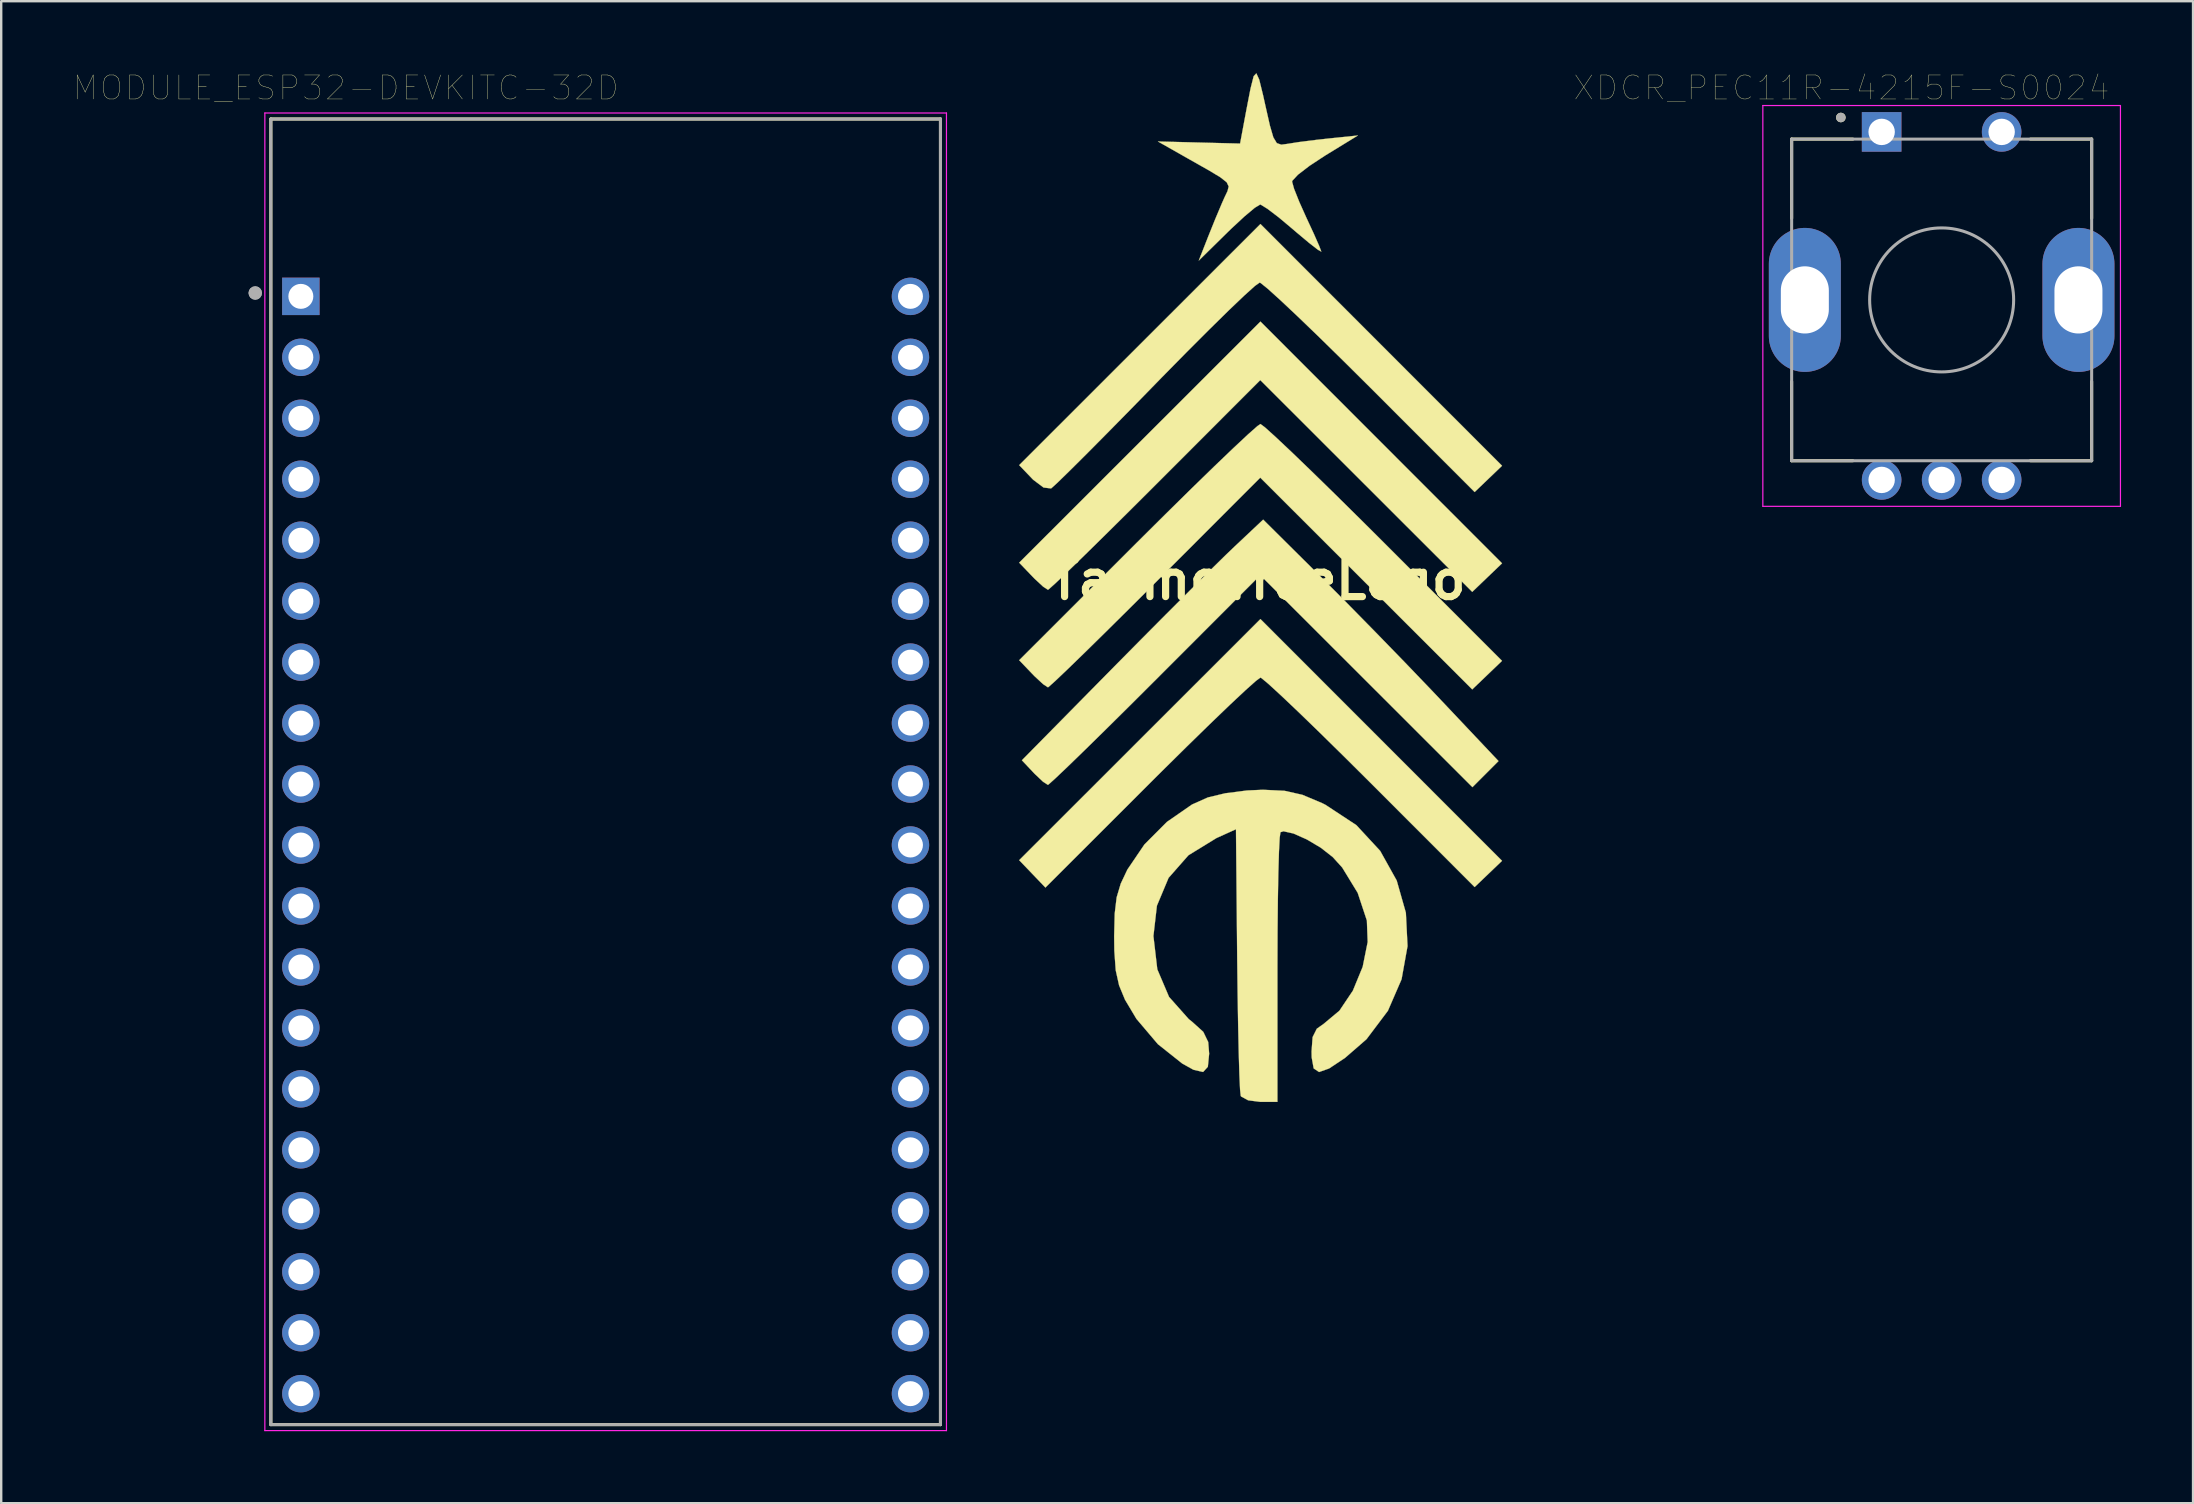
<source format=kicad_pcb>
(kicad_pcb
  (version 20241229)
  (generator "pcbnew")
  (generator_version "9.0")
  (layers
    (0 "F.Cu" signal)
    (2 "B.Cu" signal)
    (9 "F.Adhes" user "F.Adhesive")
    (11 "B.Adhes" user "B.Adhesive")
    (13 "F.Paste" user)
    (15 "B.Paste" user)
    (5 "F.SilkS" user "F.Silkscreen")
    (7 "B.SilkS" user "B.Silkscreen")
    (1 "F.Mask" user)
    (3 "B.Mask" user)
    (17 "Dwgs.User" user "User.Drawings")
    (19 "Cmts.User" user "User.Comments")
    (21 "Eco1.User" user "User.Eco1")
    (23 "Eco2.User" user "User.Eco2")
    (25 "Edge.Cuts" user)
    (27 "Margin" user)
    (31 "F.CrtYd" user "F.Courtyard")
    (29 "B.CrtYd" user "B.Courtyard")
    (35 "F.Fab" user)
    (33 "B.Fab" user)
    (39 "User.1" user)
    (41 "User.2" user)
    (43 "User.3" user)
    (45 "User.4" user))
  (footprint "MODULE_ESP32-DEVKITC-32D"
    (layer "F.Cu")
    (at 22.185 29.058)
    (property "Reference" "MODULE_ESP32-DEVKITC-32D" (at -10.829 -28.446 0) (layer "F.SilkS") (effects (font (size 1 1) (thickness 0.015))))
    (attr through_hole)
    (fp_line (start -13.95 -27.15) (end 13.95 -27.15) (stroke (width 0.127) (type solid)) (layer "F.SilkS"))
    (fp_line (start -13.95 27.25) (end -13.95 -27.15) (stroke (width 0.127) (type solid)) (layer "F.SilkS"))
    (fp_line (start 13.95 -27.15) (end 13.95 27.25) (stroke (width 0.127) (type solid)) (layer "F.SilkS"))
    (fp_line (start 13.95 27.25) (end -13.95 27.25) (stroke (width 0.127) (type solid)) (layer "F.SilkS"))
    (fp_line (start -14.2 -27.4) (end 14.2 -27.4) (stroke (width 0.05) (type solid)) (layer "F.CrtYd"))
    (fp_line (start -14.2 27.5) (end -14.2 -27.4) (stroke (width 0.05) (type solid)) (layer "F.CrtYd"))
    (fp_line (start 14.2 -27.4) (end 14.2 27.5) (stroke (width 0.05) (type solid)) (layer "F.CrtYd"))
    (fp_line (start 14.2 27.5) (end -14.2 27.5) (stroke (width 0.05) (type solid)) (layer "F.CrtYd"))
    (fp_line (start -13.95 -27.15) (end 13.95 -27.15) (stroke (width 0.127) (type solid)) (layer "F.Fab"))
    (fp_line (start -13.95 27.25) (end -13.95 -27.15) (stroke (width 0.127) (type solid)) (layer "F.Fab"))
    (fp_line (start 13.95 -27.15) (end 13.95 27.25) (stroke (width 0.127) (type solid)) (layer "F.Fab"))
    (fp_line (start 13.95 27.25) (end -13.95 27.25) (stroke (width 0.127) (type solid)) (layer "F.Fab"))
    (fp_circle (center -14.6 -19.9) (end -14.46 -19.9) (stroke (width 0.28) (type solid)) (fill no) (layer "F.Fab"))
    (fp_circle (center -14.6 -19.9) (end -14.46 -19.9) (stroke (width 0.28) (type solid)) (fill no) (layer "F.Fab"))
    (pad "1" thru_hole rect (at -12.7 -19.76) (size 1.56 1.56) (drill 1.04) (layers "*.Cu" "*.Mask"))
    (pad "2" thru_hole circle (at -12.7 -17.22) (size 1.56 1.56) (drill 1.04) (layers "*.Cu" "*.Mask"))
    (pad "3" thru_hole circle (at -12.7 -14.68) (size 1.56 1.56) (drill 1.04) (layers "*.Cu" "*.Mask"))
    (pad "4" thru_hole circle (at -12.7 -12.14) (size 1.56 1.56) (drill 1.04) (layers "*.Cu" "*.Mask"))
    (pad "5" thru_hole circle (at -12.7 -9.6) (size 1.56 1.56) (drill 1.04) (layers "*.Cu" "*.Mask"))
    (pad "6" thru_hole circle (at -12.7 -7.06) (size 1.56 1.56) (drill 1.04) (layers "*.Cu" "*.Mask"))
    (pad "7" thru_hole circle (at -12.7 -4.52) (size 1.56 1.56) (drill 1.04) (layers "*.Cu" "*.Mask"))
    (pad "8" thru_hole circle (at -12.7 -1.98) (size 1.56 1.56) (drill 1.04) (layers "*.Cu" "*.Mask"))
    (pad "9" thru_hole circle (at -12.7 0.56) (size 1.56 1.56) (drill 1.04) (layers "*.Cu" "*.Mask"))
    (pad "10" thru_hole circle (at -12.7 3.1) (size 1.56 1.56) (drill 1.04) (layers "*.Cu" "*.Mask"))
    (pad "11" thru_hole circle (at -12.7 5.64) (size 1.56 1.56) (drill 1.04) (layers "*.Cu" "*.Mask"))
    (pad "12" thru_hole circle (at -12.7 8.18) (size 1.56 1.56) (drill 1.04) (layers "*.Cu" "*.Mask"))
    (pad "13" thru_hole circle (at -12.7 10.72) (size 1.56 1.56) (drill 1.04) (layers "*.Cu" "*.Mask"))
    (pad "14" thru_hole circle (at -12.7 13.26) (size 1.56 1.56) (drill 1.04) (layers "*.Cu" "*.Mask"))
    (pad "15" thru_hole circle (at -12.7 15.8) (size 1.56 1.56) (drill 1.04) (layers "*.Cu" "*.Mask"))
    (pad "16" thru_hole circle (at -12.7 18.34) (size 1.56 1.56) (drill 1.04) (layers "*.Cu" "*.Mask"))
    (pad "17" thru_hole circle (at -12.7 20.88) (size 1.56 1.56) (drill 1.04) (layers "*.Cu" "*.Mask"))
    (pad "18" thru_hole circle (at -12.7 23.42) (size 1.56 1.56) (drill 1.04) (layers "*.Cu" "*.Mask"))
    (pad "19" thru_hole circle (at -12.7 25.96) (size 1.56 1.56) (drill 1.04) (layers "*.Cu" "*.Mask"))
    (pad "20" thru_hole circle (at 12.7 -19.76) (size 1.56 1.56) (drill 1.04) (layers "*.Cu" "*.Mask"))
    (pad "21" thru_hole circle (at 12.7 -17.22) (size 1.56 1.56) (drill 1.04) (layers "*.Cu" "*.Mask"))
    (pad "22" thru_hole circle (at 12.7 -14.68) (size 1.56 1.56) (drill 1.04) (layers "*.Cu" "*.Mask"))
    (pad "23" thru_hole circle (at 12.7 -12.14) (size 1.56 1.56) (drill 1.04) (layers "*.Cu" "*.Mask"))
    (pad "24" thru_hole circle (at 12.7 -9.6) (size 1.56 1.56) (drill 1.04) (layers "*.Cu" "*.Mask"))
    (pad "25" thru_hole circle (at 12.7 -7.06) (size 1.56 1.56) (drill 1.04) (layers "*.Cu" "*.Mask"))
    (pad "26" thru_hole circle (at 12.7 -4.52) (size 1.56 1.56) (drill 1.04) (layers "*.Cu" "*.Mask"))
    (pad "27" thru_hole circle (at 12.7 -1.98) (size 1.56 1.56) (drill 1.04) (layers "*.Cu" "*.Mask"))
    (pad "28" thru_hole circle (at 12.7 0.56) (size 1.56 1.56) (drill 1.04) (layers "*.Cu" "*.Mask"))
    (pad "29" thru_hole circle (at 12.7 3.1) (size 1.56 1.56) (drill 1.04) (layers "*.Cu" "*.Mask"))
    (pad "30" thru_hole circle (at 12.7 5.64) (size 1.56 1.56) (drill 1.04) (layers "*.Cu" "*.Mask"))
    (pad "31" thru_hole circle (at 12.7 8.18) (size 1.56 1.56) (drill 1.04) (layers "*.Cu" "*.Mask"))
    (pad "32" thru_hole circle (at 12.7 10.72) (size 1.56 1.56) (drill 1.04) (layers "*.Cu" "*.Mask"))
    (pad "33" thru_hole circle (at 12.7 13.26) (size 1.56 1.56) (drill 1.04) (layers "*.Cu" "*.Mask"))
    (pad "34" thru_hole circle (at 12.7 15.8) (size 1.56 1.56) (drill 1.04) (layers "*.Cu" "*.Mask"))
    (pad "35" thru_hole circle (at 12.7 18.34) (size 1.56 1.56) (drill 1.04) (layers "*.Cu" "*.Mask"))
    (pad "36" thru_hole circle (at 12.7 20.88) (size 1.56 1.56) (drill 1.04) (layers "*.Cu" "*.Mask"))
    (pad "37" thru_hole circle (at 12.7 23.42) (size 1.56 1.56) (drill 1.04) (layers "*.Cu" "*.Mask"))
    (pad "38" thru_hole circle (at 12.7 25.96) (size 1.56 1.56) (drill 1.04) (layers "*.Cu" "*.Mask")))
  (footprint "TasmoTreeLogo"
    (layer "F.Cu")
    (at 49.362 21.118)
    (property "Reference" "TasmoTreeLogo" (at 0 0 0) (layer "F.SilkS") (effects (font (size 1.524 1.524) (thickness 0.3))))
    (attr through_hole)
    (fp_poly (pts (xy 10.172 -0.697) (xy 9.551 -0.102) (xy 8.93 0.493) (xy 4.514 -3.919) (xy 0.098 -8.331) (xy -4.267 -3.962) (xy -5.359 -2.873) (xy -6.359 -1.883) (xy -7.23 -1.027) (xy -7.937 -0.341) (xy -8.444 0.141) (xy -8.715 0.384) (xy -8.749 0.406) (xy -8.95 0.274) (xy -9.306 -0.056) (xy -9.406 -0.159) (xy -9.947 -0.724) (xy -4.921 -5.747) (xy 0.105 -10.77) (xy 10.172 -0.697)) (stroke (width 0.01) (type solid)) (fill yes) (layer "F.SilkS"))
    (fp_poly (pts (xy 10.172 11.699) (xy 9.03 12.792) (xy 4.669 8.428) (xy 3.574 7.339) (xy 2.566 6.348) (xy 1.683 5.493) (xy 0.96 4.807) (xy 0.436 4.326) (xy 0.146 4.085) (xy 0.105 4.064) (xy -0.084 4.203) (xy -0.523 4.595) (xy -1.174 5.205) (xy -2 5.999) (xy -2.966 6.942) (xy -4.034 7.997) (xy -4.476 8.438) (xy -8.854 12.813) (xy -9.401 12.242) (xy -9.947 11.672) (xy -4.921 6.649) (xy 0.105 1.626) (xy 10.172 11.699)) (stroke (width 0.01) (type solid)) (fill yes) (layer "F.SilkS"))
    (fp_poly (pts (xy 2.664 -0.091) (xy 3.714 0.963) (xy 4.912 2.183) (xy 6.133 3.44) (xy 7.249 4.604) (xy 7.567 4.939) (xy 10.025 7.542) (xy 8.938 8.63) (xy 4.518 4.213) (xy 0.098 -0.203) (xy -4.267 4.166) (xy -5.359 5.255) (xy -6.359 6.245) (xy -7.231 7.101) (xy -7.938 7.787) (xy -8.446 8.269) (xy -8.717 8.512) (xy -8.751 8.534) (xy -8.956 8.401) (xy -9.302 8.074) (xy -9.352 8.021) (xy -9.834 7.509) (xy -5.984 3.602) (xy -4.891 2.497) (xy -3.827 1.426) (xy -2.843 0.442) (xy -1.993 -0.403) (xy -1.33 -1.054) (xy -0.957 -1.411) (xy 0.219 -2.518) (xy 2.664 -0.091)) (stroke (width 0.01) (type solid)) (fill yes) (layer "F.SilkS"))
    (fp_poly (pts (xy 10.172 -4.761) (xy 9.03 -3.667) (xy 4.669 -8.031) (xy 3.572 -9.121) (xy 2.561 -10.112) (xy 1.673 -10.968) (xy 0.945 -11.653) (xy 0.414 -12.134) (xy 0.117 -12.374) (xy 0.073 -12.395) (xy -0.124 -12.255) (xy -0.564 -11.858) (xy -1.211 -11.241) (xy -2.026 -10.44) (xy -2.972 -9.493) (xy -4.012 -8.436) (xy -4.262 -8.179) (xy -5.321 -7.094) (xy -6.297 -6.102) (xy -7.15 -5.242) (xy -7.844 -4.552) (xy -8.339 -4.069) (xy -8.599 -3.832) (xy -8.621 -3.817) (xy -8.933 -3.855) (xy -9.362 -4.178) (xy -9.413 -4.23) (xy -9.947 -4.788) (xy -4.921 -9.811) (xy 0.105 -14.834) (xy 10.172 -4.761)) (stroke (width 0.01) (type solid)) (fill yes) (layer "F.SilkS"))
    (fp_poly (pts (xy 0.291 -6.364) (xy 0.729 -5.969) (xy 1.385 -5.352) (xy 2.223 -4.545) (xy 3.209 -3.582) (xy 4.309 -2.495) (xy 5.24 -1.568) (xy 10.171 3.367) (xy 9.551 3.962) (xy 8.93 4.557) (xy 4.514 0.145) (xy 0.098 -4.267) (xy -4.267 0.102) (xy -5.359 1.191) (xy -6.359 2.181) (xy -7.23 3.037) (xy -7.937 3.723) (xy -8.444 4.205) (xy -8.715 4.448) (xy -8.749 4.47) (xy -8.95 4.338) (xy -9.306 4.008) (xy -9.406 3.905) (xy -9.947 3.34) (xy -5.023 -1.581) (xy -3.857 -2.74) (xy -2.779 -3.802) (xy -1.821 -4.734) (xy -1.019 -5.502) (xy -0.407 -6.074) (xy -0.02 -6.416) (xy 0.105 -6.502) (xy 0.291 -6.364)) (stroke (width 0.01) (type solid)) (fill yes) (layer "F.SilkS"))
    (fp_poly (pts (xy 0.055 -20.849) (xy 0.213 -20.209) (xy 0.314 -19.753) (xy 0.499 -18.937) (xy 0.642 -18.446) (xy 0.787 -18.205) (xy 0.973 -18.14) (xy 1.205 -18.17) (xy 1.694 -18.247) (xy 2.405 -18.337) (xy 2.946 -18.397) (xy 4.166 -18.523) (xy 2.794 -17.683) (xy 2.149 -17.259) (xy 1.667 -16.888) (xy 1.433 -16.636) (xy 1.423 -16.6) (xy 1.505 -16.305) (xy 1.721 -15.762) (xy 2.024 -15.086) (xy 2.032 -15.069) (xy 2.334 -14.418) (xy 2.552 -13.923) (xy 2.641 -13.687) (xy 2.642 -13.684) (xy 2.502 -13.76) (xy 2.131 -14.048) (xy 1.602 -14.491) (xy 1.457 -14.616) (xy 0.872 -15.107) (xy 0.395 -15.47) (xy 0.116 -15.641) (xy 0.092 -15.646) (xy -0.128 -15.513) (xy -0.553 -15.158) (xy -1.101 -14.649) (xy -1.277 -14.478) (xy -2.465 -13.31) (xy -2.066 -14.326) (xy -1.78 -15.036) (xy -1.504 -15.69) (xy -1.397 -15.932) (xy -1.267 -16.204) (xy -1.218 -16.399) (xy -1.301 -16.574) (xy -1.57 -16.785) (xy -2.077 -17.089) (xy -2.876 -17.541) (xy -2.946 -17.581) (xy -4.166 -18.273) (xy -2.454 -18.229) (xy -0.743 -18.186) (xy -0.481 -19.586) (xy -0.306 -20.487) (xy -0.177 -20.994) (xy -0.066 -21.113) (xy 0.055 -20.849)) (stroke (width 0.01) (type solid)) (fill yes) (layer "F.SilkS"))
    (fp_poly (pts (xy 1.108 8.781) (xy 1.854 8.949) (xy 2.671 9.293) (xy 2.811 9.363) (xy 4.102 10.212) (xy 5.094 11.284) (xy 5.783 12.52) (xy 6.165 13.862) (xy 6.234 15.253) (xy 5.986 16.633) (xy 5.417 17.946) (xy 4.523 19.133) (xy 3.626 19.913) (xy 2.965 20.351) (xy 2.548 20.499) (xy 2.323 20.348) (xy 2.24 19.888) (xy 2.235 19.643) (xy 2.279 19.043) (xy 2.453 18.695) (xy 2.737 18.494) (xy 3.396 17.943) (xy 3.956 17.109) (xy 4.365 16.115) (xy 4.573 15.082) (xy 4.54 14.187) (xy 4.157 13.033) (xy 3.512 11.978) (xy 3.117 11.542) (xy 2.62 11.153) (xy 2.036 10.807) (xy 1.479 10.56) (xy 1.067 10.468) (xy 0.94 10.507) (xy 0.907 10.736) (xy 0.877 11.317) (xy 0.851 12.198) (xy 0.831 13.325) (xy 0.818 14.643) (xy 0.813 16.099) (xy 0.813 16.188) (xy 0.813 21.742) (xy 0.095 21.742) (xy -0.407 21.677) (xy -0.701 21.518) (xy -0.717 21.488) (xy -0.744 21.224) (xy -0.772 20.61) (xy -0.799 19.701) (xy -0.824 18.554) (xy -0.846 17.224) (xy -0.863 15.809) (xy -0.914 10.383) (xy -1.727 10.75) (xy -2.894 11.467) (xy -3.722 12.408) (xy -4.209 13.57) (xy -4.354 14.834) (xy -4.192 16.219) (xy -3.703 17.369) (xy -2.88 18.295) (xy -2.745 18.402) (xy -2.276 18.825) (xy -2.071 19.249) (xy -2.032 19.735) (xy -2.086 20.281) (xy -2.285 20.497) (xy -2.686 20.404) (xy -3.15 20.147) (xy -4.167 19.339) (xy -5.061 18.285) (xy -5.538 17.486) (xy -5.784 16.891) (xy -5.925 16.258) (xy -5.983 15.443) (xy -5.99 14.834) (xy -5.967 13.899) (xy -5.886 13.221) (xy -5.717 12.653) (xy -5.44 12.065) (xy -4.728 11.016) (xy -3.79 10.076) (xy -2.747 9.353) (xy -2.086 9.058) (xy -1.36 8.884) (xy -0.457 8.768) (xy 0.207 8.738) (xy 1.108 8.781)) (stroke (width 0.01) (type solid)) (fill yes) (layer "F.SilkS")))
  (footprint "XDCR_PEC11R-4215F-S0024"
    (layer "F.Cu")
    (at 77.85 9.446)
    (property "Reference" "XDCR_PEC11R-4215F-S0024" (at -4.175 -8.835 0) (layer "F.SilkS") (effects (font (size 1 1) (thickness 0.015))))
    (attr through_hole)
    (fp_line (start -6.25 -6.7) (end -3.7 -6.7) (stroke (width 0.127) (type solid)) (layer "F.SilkS"))
    (fp_line (start -6.25 -3.4) (end -6.25 -6.7) (stroke (width 0.127) (type solid)) (layer "F.SilkS"))
    (fp_line (start -6.25 3.4) (end -6.25 6.7) (stroke (width 0.127) (type solid)) (layer "F.SilkS"))
    (fp_line (start -6.25 6.7) (end -3.7 6.7) (stroke (width 0.127) (type solid)) (layer "F.SilkS"))
    (fp_line (start 3.7 -6.7) (end 6.25 -6.7) (stroke (width 0.127) (type solid)) (layer "F.SilkS"))
    (fp_line (start 3.7 6.7) (end 6.25 6.7) (stroke (width 0.127) (type solid)) (layer "F.SilkS"))
    (fp_line (start 6.25 -6.7) (end 6.25 -3.4) (stroke (width 0.127) (type solid)) (layer "F.SilkS"))
    (fp_line (start 6.25 6.7) (end 6.25 3.4) (stroke (width 0.127) (type solid)) (layer "F.SilkS"))
    (fp_circle (center -4.2 -7.6) (end -4.1 -7.6) (stroke (width 0.2) (type solid)) (fill no) (layer "F.SilkS"))
    (fp_line (start -7.45 -8.1) (end -7.45 8.6) (stroke (width 0.05) (type solid)) (layer "F.CrtYd"))
    (fp_line (start -7.45 8.6) (end 7.45 8.6) (stroke (width 0.05) (type solid)) (layer "F.CrtYd"))
    (fp_line (start 7.45 -8.1) (end -7.45 -8.1) (stroke (width 0.05) (type solid)) (layer "F.CrtYd"))
    (fp_line (start 7.45 8.6) (end 7.45 -8.1) (stroke (width 0.05) (type solid)) (layer "F.CrtYd"))
    (fp_line (start -6.25 -6.7) (end 6.25 -6.7) (stroke (width 0.127) (type solid)) (layer "F.Fab"))
    (fp_line (start -6.25 6.7) (end -6.25 -6.7) (stroke (width 0.127) (type solid)) (layer "F.Fab"))
    (fp_line (start 6.25 -6.7) (end 6.25 6.7) (stroke (width 0.127) (type solid)) (layer "F.Fab"))
    (fp_line (start 6.25 6.7) (end -6.25 6.7) (stroke (width 0.127) (type solid)) (layer "F.Fab"))
    (fp_circle (center -4.2 -7.6) (end -4.1 -7.6) (stroke (width 0.2) (type solid)) (fill no) (layer "F.Fab"))
    (fp_circle (center 0 0) (end 3 0) (stroke (width 0.127) (type solid)) (fill no) (layer "F.Fab"))
    (pad "1" thru_hole rect (at -2.5 -7) (size 1.65 1.65) (drill 1.1) (layers "*.Cu" "*.Mask"))
    (pad "2" thru_hole circle (at 2.5 -7) (size 1.65 1.65) (drill 1.1) (layers "*.Cu" "*.Mask"))
    (pad "A" thru_hole circle (at -2.5 7.5) (size 1.65 1.65) (drill 1.1) (layers "*.Cu" "*.Mask"))
    (pad "B" thru_hole circle (at 2.5 7.5) (size 1.65 1.65) (drill 1.1) (layers "*.Cu" "*.Mask"))
    (pad "COM" thru_hole circle (at 0 7.5) (size 1.65 1.65) (drill 1.1) (layers "*.Cu" "*.Mask"))
    (pad "S1" thru_hole oval (at -5.7 0) (size 3 6) (drill oval 2 2.8) (layers "*.Cu" "*.Mask"))
    (pad "S2" thru_hole oval (at 5.7 0) (size 3 6) (drill oval 2 2.8) (layers "*.Cu" "*.Mask")))
  (gr_rect
    (start -3 -3)
    (end 88.325 59.583)
    (stroke (width 0.1) (type default))
    (fill no)
    (layer "Edge.Cuts")))
</source>
